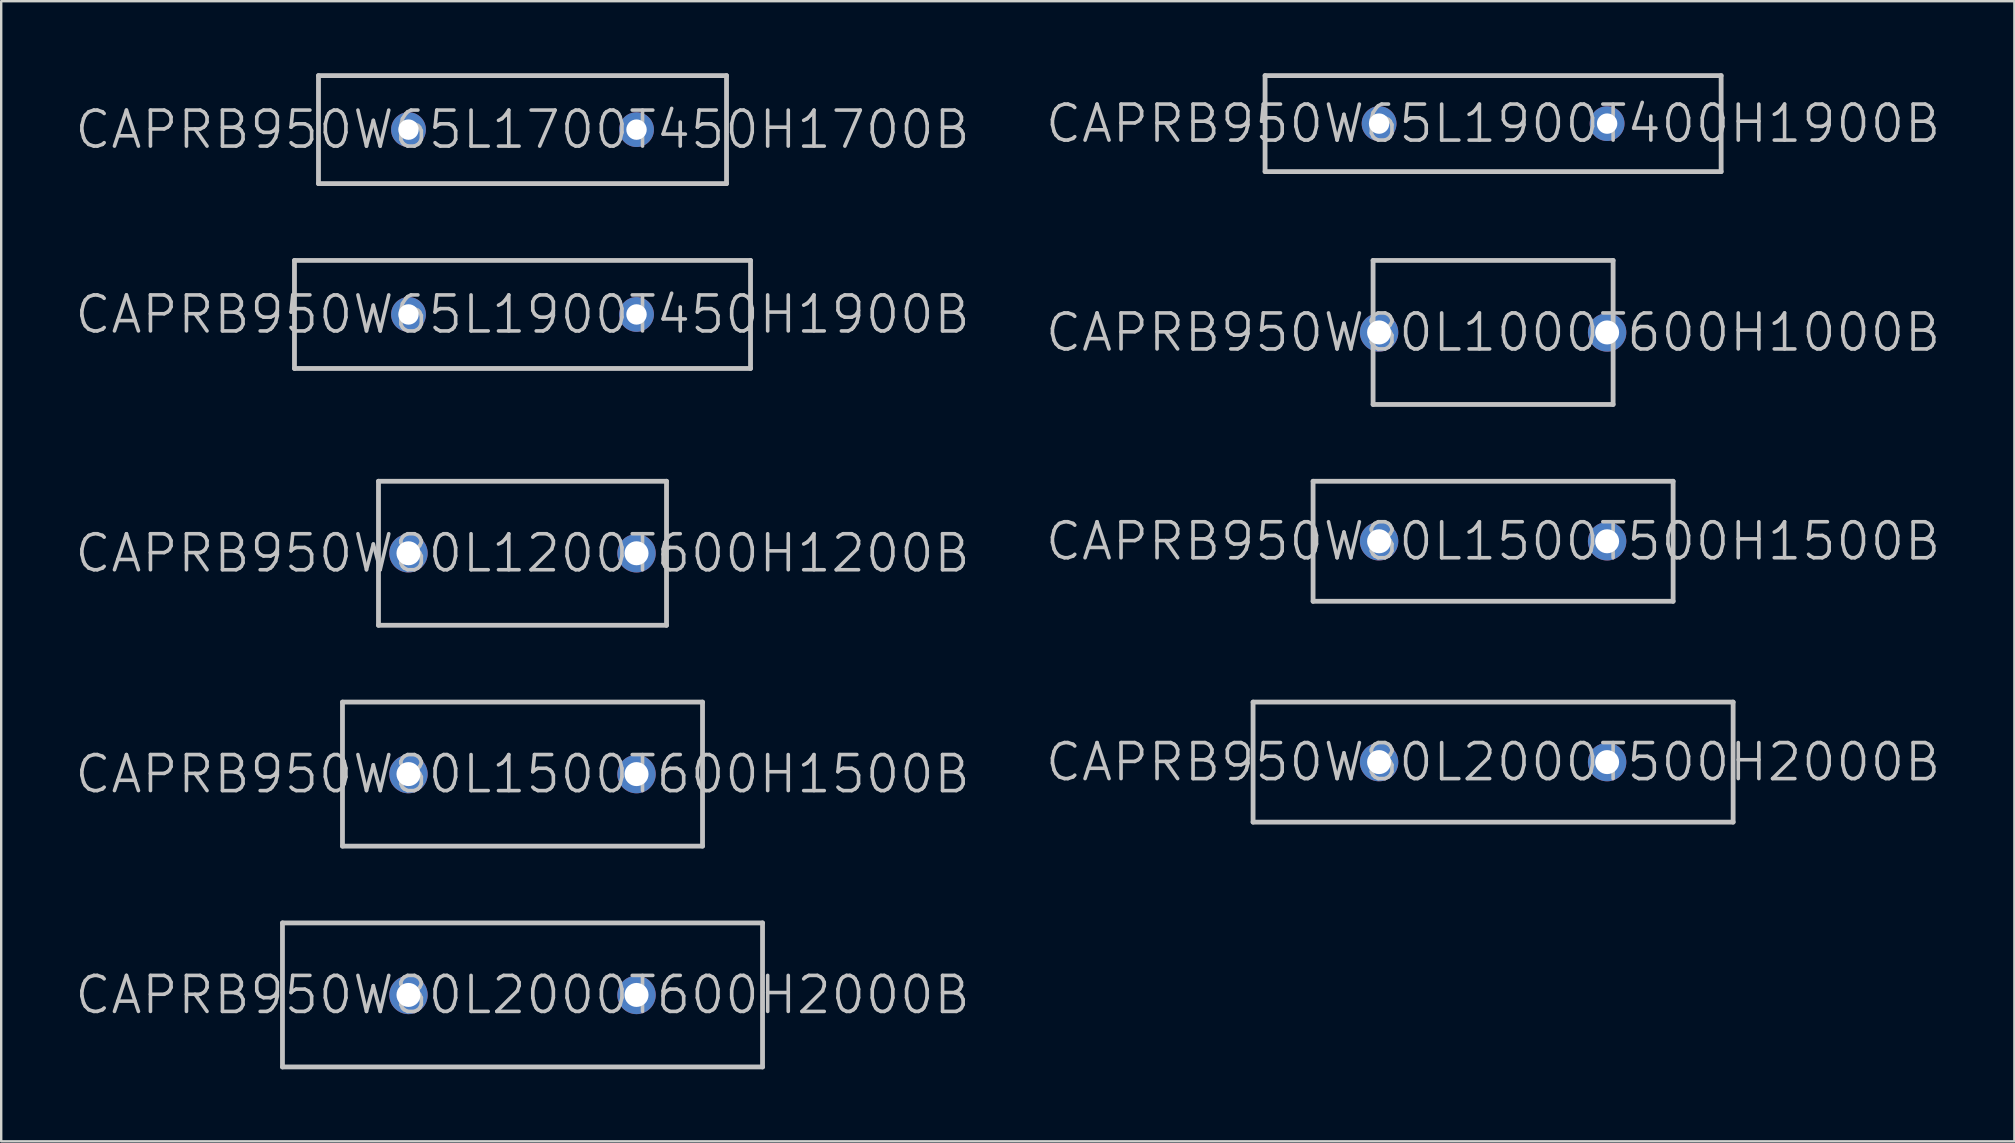
<source format=kicad_pcb>
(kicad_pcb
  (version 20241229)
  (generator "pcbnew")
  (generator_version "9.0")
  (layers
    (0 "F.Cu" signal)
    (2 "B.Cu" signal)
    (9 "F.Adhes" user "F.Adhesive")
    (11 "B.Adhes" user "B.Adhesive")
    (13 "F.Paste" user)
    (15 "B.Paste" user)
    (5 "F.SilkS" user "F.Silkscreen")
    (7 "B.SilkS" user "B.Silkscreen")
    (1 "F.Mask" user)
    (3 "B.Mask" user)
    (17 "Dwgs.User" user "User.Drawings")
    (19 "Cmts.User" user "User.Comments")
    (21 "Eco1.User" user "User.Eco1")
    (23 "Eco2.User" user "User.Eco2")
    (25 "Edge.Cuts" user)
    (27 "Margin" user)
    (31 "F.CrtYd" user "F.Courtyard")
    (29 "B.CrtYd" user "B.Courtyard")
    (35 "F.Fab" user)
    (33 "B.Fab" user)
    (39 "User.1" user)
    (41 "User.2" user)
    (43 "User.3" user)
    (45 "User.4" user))
  (footprint "CAPRB950W80L2000T500H2000B"
    (layer "F.Cu")
    (at 59.154 28.7)
    (property "Reference" "CAPRB950W80L2000T500H2000B" (at 0 0 0) (layer "Dwgs.User") (effects (font (size 1.5 1.5) (thickness 0.15))))
    (attr through_hole)
    (fp_line (start -10 -2.5) (end -10 2.5) (stroke (width 0.2) (type solid)) (layer "Dwgs.User"))
    (fp_line (start -10 -2.5) (end 10 -2.5) (stroke (width 0.2) (type solid)) (layer "Dwgs.User"))
    (fp_line (start -10 2.5) (end 10 2.5) (stroke (width 0.2) (type solid)) (layer "Dwgs.User"))
    (fp_line (start 10 -2.5) (end 10 2.5) (stroke (width 0.2) (type solid)) (layer "Dwgs.User"))
    (pad "1" thru_hole circle (at -4.75 0) (size 1.6 1.6) (drill 1) (layers "*.Cu" "*.Mask"))
    (pad "2" thru_hole circle (at 4.75 0) (size 1.6 1.6) (drill 1) (layers "*.Cu" "*.Mask")))
  (footprint "CAPRB950W80L1500T600H1500B"
    (layer "F.Cu")
    (at 18.718 29.2)
    (property "Reference" "CAPRB950W80L1500T600H1500B" (at 0 0 0) (layer "Dwgs.User") (effects (font (size 1.5 1.5) (thickness 0.15))))
    (attr through_hole)
    (fp_line (start -7.5 -3) (end -7.5 3) (stroke (width 0.2) (type solid)) (layer "Dwgs.User"))
    (fp_line (start -7.5 -3) (end 7.5 -3) (stroke (width 0.2) (type solid)) (layer "Dwgs.User"))
    (fp_line (start -7.5 3) (end 7.5 3) (stroke (width 0.2) (type solid)) (layer "Dwgs.User"))
    (fp_line (start 7.5 -3) (end 7.5 3) (stroke (width 0.2) (type solid)) (layer "Dwgs.User"))
    (pad "1" thru_hole circle (at -4.75 0) (size 1.6 1.6) (drill 1) (layers "*.Cu" "*.Mask"))
    (pad "2" thru_hole circle (at 4.75 0) (size 1.6 1.6) (drill 1) (layers "*.Cu" "*.Mask")))
  (footprint "CAPRB950W65L1700T450H1700B"
    (layer "F.Cu")
    (at 18.718 2.35)
    (property "Reference" "CAPRB950W65L1700T450H1700B" (at 0 0 0) (layer "Dwgs.User") (effects (font (size 1.5 1.5) (thickness 0.15))))
    (attr through_hole)
    (fp_line (start -8.5 -2.25) (end -8.5 2.25) (stroke (width 0.2) (type solid)) (layer "Dwgs.User"))
    (fp_line (start -8.5 -2.25) (end 8.5 -2.25) (stroke (width 0.2) (type solid)) (layer "Dwgs.User"))
    (fp_line (start -8.5 2.25) (end 8.5 2.25) (stroke (width 0.2) (type solid)) (layer "Dwgs.User"))
    (fp_line (start 8.5 -2.25) (end 8.5 2.25) (stroke (width 0.2) (type solid)) (layer "Dwgs.User"))
    (pad "1" thru_hole circle (at -4.75 0) (size 1.45 1.45) (drill 0.85) (layers "*.Cu" "*.Mask"))
    (pad "2" thru_hole circle (at 4.75 0) (size 1.45 1.45) (drill 0.85) (layers "*.Cu" "*.Mask")))
  (footprint "CAPRB950W65L1900T400H1900B"
    (layer "F.Cu")
    (at 59.154 2.1)
    (property "Reference" "CAPRB950W65L1900T400H1900B" (at 0 0 0) (layer "Dwgs.User") (effects (font (size 1.5 1.5) (thickness 0.15))))
    (attr through_hole)
    (fp_line (start -9.5 -2) (end -9.5 2) (stroke (width 0.2) (type solid)) (layer "Dwgs.User"))
    (fp_line (start -9.5 -2) (end 9.5 -2) (stroke (width 0.2) (type solid)) (layer "Dwgs.User"))
    (fp_line (start -9.5 2) (end 9.5 2) (stroke (width 0.2) (type solid)) (layer "Dwgs.User"))
    (fp_line (start 9.5 -2) (end 9.5 2) (stroke (width 0.2) (type solid)) (layer "Dwgs.User"))
    (pad "1" thru_hole circle (at -4.75 0) (size 1.45 1.45) (drill 0.85) (layers "*.Cu" "*.Mask"))
    (pad "2" thru_hole circle (at 4.75 0) (size 1.45 1.45) (drill 0.85) (layers "*.Cu" "*.Mask")))
  (footprint "CAPRB950W80L1000T600H1000B"
    (layer "F.Cu")
    (at 59.154 10.8)
    (property "Reference" "CAPRB950W80L1000T600H1000B" (at 0 0 0) (layer "Dwgs.User") (effects (font (size 1.5 1.5) (thickness 0.15))))
    (attr through_hole)
    (fp_line (start -5 -3) (end -5 3) (stroke (width 0.2) (type solid)) (layer "Dwgs.User"))
    (fp_line (start -5 -3) (end 5 -3) (stroke (width 0.2) (type solid)) (layer "Dwgs.User"))
    (fp_line (start -5 3) (end 5 3) (stroke (width 0.2) (type solid)) (layer "Dwgs.User"))
    (fp_line (start 5 -3) (end 5 3) (stroke (width 0.2) (type solid)) (layer "Dwgs.User"))
    (pad "1" thru_hole circle (at -4.75 0) (size 1.6 1.6) (drill 1) (layers "*.Cu" "*.Mask"))
    (pad "2" thru_hole circle (at 4.75 0) (size 1.6 1.6) (drill 1) (layers "*.Cu" "*.Mask")))
  (footprint "CAPRB950W65L1900T450H1900B"
    (layer "F.Cu")
    (at 18.718 10.05)
    (property "Reference" "CAPRB950W65L1900T450H1900B" (at 0 0 0) (layer "Dwgs.User") (effects (font (size 1.5 1.5) (thickness 0.15))))
    (attr through_hole)
    (fp_line (start -9.5 -2.25) (end -9.5 2.25) (stroke (width 0.2) (type solid)) (layer "Dwgs.User"))
    (fp_line (start -9.5 -2.25) (end 9.5 -2.25) (stroke (width 0.2) (type solid)) (layer "Dwgs.User"))
    (fp_line (start -9.5 2.25) (end 9.5 2.25) (stroke (width 0.2) (type solid)) (layer "Dwgs.User"))
    (fp_line (start 9.5 -2.25) (end 9.5 2.25) (stroke (width 0.2) (type solid)) (layer "Dwgs.User"))
    (pad "1" thru_hole circle (at -4.75 0) (size 1.45 1.45) (drill 0.85) (layers "*.Cu" "*.Mask"))
    (pad "2" thru_hole circle (at 4.75 0) (size 1.45 1.45) (drill 0.85) (layers "*.Cu" "*.Mask")))
  (footprint "CAPRB950W80L2000T600H2000B"
    (layer "F.Cu")
    (at 18.718 38.4)
    (property "Reference" "CAPRB950W80L2000T600H2000B" (at 0 0 0) (layer "Dwgs.User") (effects (font (size 1.5 1.5) (thickness 0.15))))
    (attr through_hole)
    (fp_line (start -10 -3) (end -10 3) (stroke (width 0.2) (type solid)) (layer "Dwgs.User"))
    (fp_line (start -10 -3) (end 10 -3) (stroke (width 0.2) (type solid)) (layer "Dwgs.User"))
    (fp_line (start -10 3) (end 10 3) (stroke (width 0.2) (type solid)) (layer "Dwgs.User"))
    (fp_line (start 10 -3) (end 10 3) (stroke (width 0.2) (type solid)) (layer "Dwgs.User"))
    (pad "1" thru_hole circle (at -4.75 0) (size 1.6 1.6) (drill 1) (layers "*.Cu" "*.Mask"))
    (pad "2" thru_hole circle (at 4.75 0) (size 1.6 1.6) (drill 1) (layers "*.Cu" "*.Mask")))
  (footprint "CAPRB950W80L1200T600H1200B"
    (layer "F.Cu")
    (at 18.718 20)
    (property "Reference" "CAPRB950W80L1200T600H1200B" (at 0 0 0) (layer "Dwgs.User") (effects (font (size 1.5 1.5) (thickness 0.15))))
    (attr through_hole)
    (fp_line (start -6 -3) (end -6 3) (stroke (width 0.2) (type solid)) (layer "Dwgs.User"))
    (fp_line (start -6 -3) (end 6 -3) (stroke (width 0.2) (type solid)) (layer "Dwgs.User"))
    (fp_line (start -6 3) (end 6 3) (stroke (width 0.2) (type solid)) (layer "Dwgs.User"))
    (fp_line (start 6 -3) (end 6 3) (stroke (width 0.2) (type solid)) (layer "Dwgs.User"))
    (pad "1" thru_hole circle (at -4.75 0) (size 1.6 1.6) (drill 1) (layers "*.Cu" "*.Mask"))
    (pad "2" thru_hole circle (at 4.75 0) (size 1.6 1.6) (drill 1) (layers "*.Cu" "*.Mask")))
  (footprint "CAPRB950W80L1500T500H1500B"
    (layer "F.Cu")
    (at 59.154 19.5)
    (property "Reference" "CAPRB950W80L1500T500H1500B" (at 0 0 0) (layer "Dwgs.User") (effects (font (size 1.5 1.5) (thickness 0.15))))
    (attr through_hole)
    (fp_line (start -7.5 -2.5) (end -7.5 2.5) (stroke (width 0.2) (type solid)) (layer "Dwgs.User"))
    (fp_line (start -7.5 -2.5) (end 7.5 -2.5) (stroke (width 0.2) (type solid)) (layer "Dwgs.User"))
    (fp_line (start -7.5 2.5) (end 7.5 2.5) (stroke (width 0.2) (type solid)) (layer "Dwgs.User"))
    (fp_line (start 7.5 -2.5) (end 7.5 2.5) (stroke (width 0.2) (type solid)) (layer "Dwgs.User"))
    (pad "1" thru_hole circle (at -4.75 0) (size 1.6 1.6) (drill 1) (layers "*.Cu" "*.Mask"))
    (pad "2" thru_hole circle (at 4.75 0) (size 1.6 1.6) (drill 1) (layers "*.Cu" "*.Mask")))
  (gr_rect
    (start -3 -3)
    (end 80.871 44.5)
    (stroke (width 0.1) (type default))
    (fill no)
    (layer "Edge.Cuts")))
</source>
